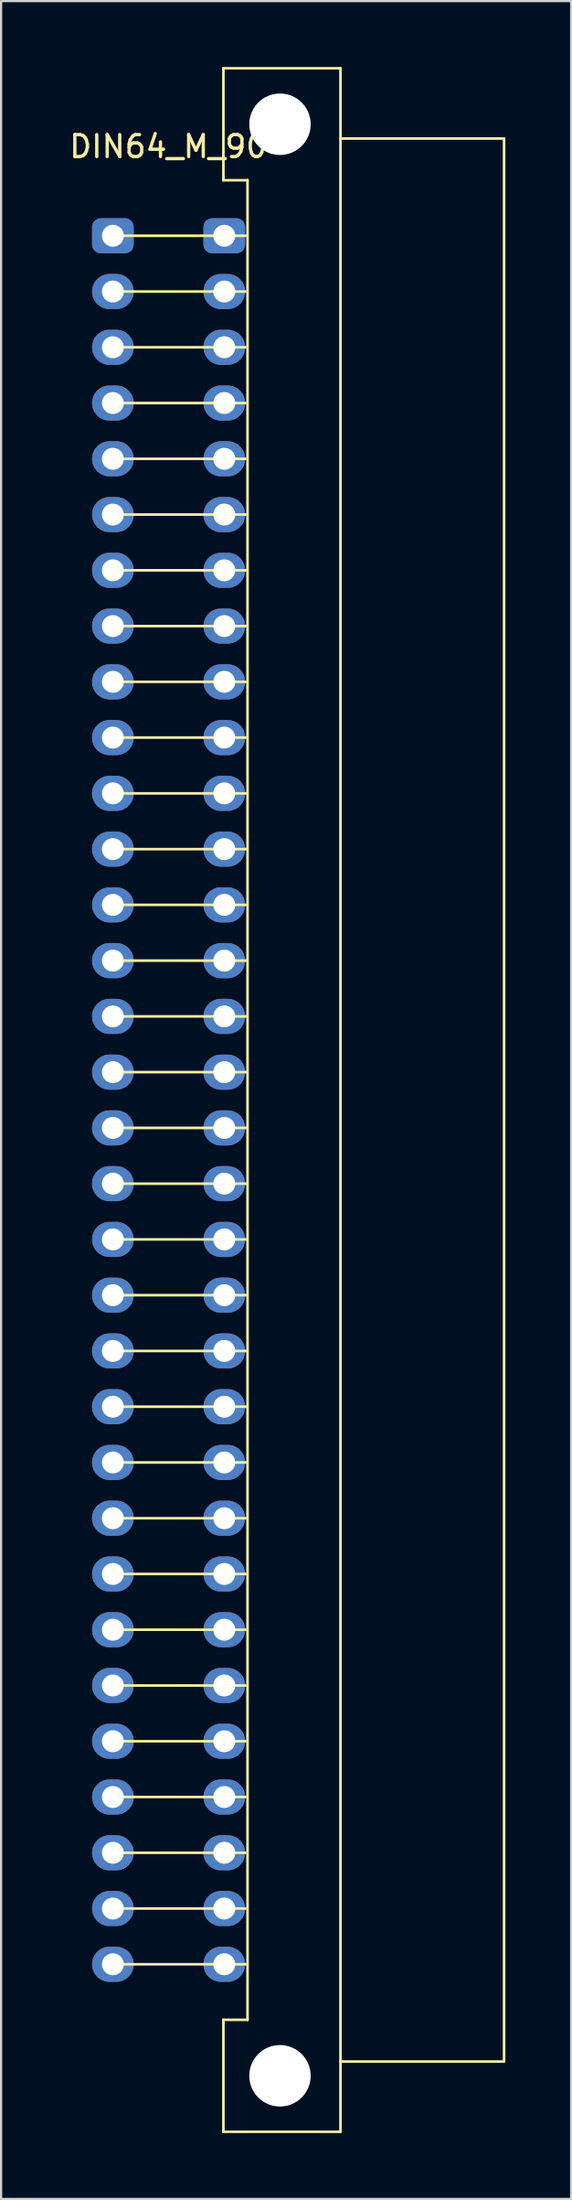
<source format=kicad_pcb>
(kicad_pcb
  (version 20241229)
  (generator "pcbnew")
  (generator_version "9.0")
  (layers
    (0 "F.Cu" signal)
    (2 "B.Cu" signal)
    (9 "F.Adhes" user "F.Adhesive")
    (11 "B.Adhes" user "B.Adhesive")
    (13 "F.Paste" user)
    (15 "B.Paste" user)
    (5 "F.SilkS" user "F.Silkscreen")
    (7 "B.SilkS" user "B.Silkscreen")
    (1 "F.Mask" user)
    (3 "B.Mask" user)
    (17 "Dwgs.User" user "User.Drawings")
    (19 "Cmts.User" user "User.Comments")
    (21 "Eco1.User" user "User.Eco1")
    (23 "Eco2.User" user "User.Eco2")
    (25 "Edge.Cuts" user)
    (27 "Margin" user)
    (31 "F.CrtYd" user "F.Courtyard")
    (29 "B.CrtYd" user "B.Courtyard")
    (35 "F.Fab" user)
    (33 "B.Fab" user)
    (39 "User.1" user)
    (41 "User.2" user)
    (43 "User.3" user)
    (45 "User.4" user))
  (footprint "DIN64_M_90"
    (layer "F.Cu")
    (at 4.638 47.06)
    (property "Reference" "DIN64_M_90" (at -0.013 -43.434 0) (layer "F.SilkS") (effects (font (size 1 1) (thickness 0.15))))
    (attr through_hole)
    (fp_line (start -2.54 -39.37) (end 3.556 -39.37) (stroke (width 0.12) (type solid)) (layer "F.SilkS"))
    (fp_line (start -2.54 -36.83) (end 3.556 -36.83) (stroke (width 0.12) (type solid)) (layer "F.SilkS"))
    (fp_line (start -2.54 -34.29) (end 3.556 -34.29) (stroke (width 0.12) (type solid)) (layer "F.SilkS"))
    (fp_line (start -2.54 -31.75) (end 3.556 -31.75) (stroke (width 0.12) (type solid)) (layer "F.SilkS"))
    (fp_line (start -2.54 -29.21) (end 3.556 -29.21) (stroke (width 0.12) (type solid)) (layer "F.SilkS"))
    (fp_line (start -2.54 -26.67) (end 3.556 -26.67) (stroke (width 0.12) (type solid)) (layer "F.SilkS"))
    (fp_line (start -2.54 -24.13) (end 3.556 -24.13) (stroke (width 0.12) (type solid)) (layer "F.SilkS"))
    (fp_line (start -2.54 -21.59) (end 3.556 -21.59) (stroke (width 0.12) (type solid)) (layer "F.SilkS"))
    (fp_line (start -2.54 -19.05) (end 3.556 -19.05) (stroke (width 0.12) (type solid)) (layer "F.SilkS"))
    (fp_line (start -2.54 -16.51) (end 3.556 -16.51) (stroke (width 0.12) (type solid)) (layer "F.SilkS"))
    (fp_line (start -2.54 -13.97) (end 3.556 -13.97) (stroke (width 0.12) (type solid)) (layer "F.SilkS"))
    (fp_line (start -2.54 -11.43) (end 3.556 -11.43) (stroke (width 0.12) (type solid)) (layer "F.SilkS"))
    (fp_line (start -2.54 -8.89) (end 3.556 -8.89) (stroke (width 0.12) (type solid)) (layer "F.SilkS"))
    (fp_line (start -2.54 -6.35) (end 3.556 -6.35) (stroke (width 0.12) (type solid)) (layer "F.SilkS"))
    (fp_line (start -2.54 -3.81) (end 3.556 -3.81) (stroke (width 0.12) (type solid)) (layer "F.SilkS"))
    (fp_line (start -2.54 -1.27) (end 3.556 -1.27) (stroke (width 0.12) (type solid)) (layer "F.SilkS"))
    (fp_line (start -2.54 1.27) (end 3.556 1.27) (stroke (width 0.12) (type solid)) (layer "F.SilkS"))
    (fp_line (start -2.54 3.81) (end 3.556 3.81) (stroke (width 0.12) (type solid)) (layer "F.SilkS"))
    (fp_line (start -2.54 6.35) (end 3.556 6.35) (stroke (width 0.12) (type solid)) (layer "F.SilkS"))
    (fp_line (start -2.54 8.89) (end 3.556 8.89) (stroke (width 0.12) (type solid)) (layer "F.SilkS"))
    (fp_line (start -2.54 11.43) (end 3.556 11.43) (stroke (width 0.12) (type solid)) (layer "F.SilkS"))
    (fp_line (start -2.54 13.97) (end 3.556 13.97) (stroke (width 0.12) (type solid)) (layer "F.SilkS"))
    (fp_line (start -2.54 16.51) (end 3.556 16.51) (stroke (width 0.12) (type solid)) (layer "F.SilkS"))
    (fp_line (start -2.54 19.05) (end 3.556 19.05) (stroke (width 0.12) (type solid)) (layer "F.SilkS"))
    (fp_line (start -2.54 21.59) (end 3.556 21.59) (stroke (width 0.12) (type solid)) (layer "F.SilkS"))
    (fp_line (start -2.54 24.13) (end 3.556 24.13) (stroke (width 0.12) (type solid)) (layer "F.SilkS"))
    (fp_line (start -2.54 26.67) (end 3.556 26.67) (stroke (width 0.12) (type solid)) (layer "F.SilkS"))
    (fp_line (start -2.54 29.21) (end 3.556 29.21) (stroke (width 0.12) (type solid)) (layer "F.SilkS"))
    (fp_line (start -2.54 31.75) (end 3.556 31.75) (stroke (width 0.12) (type solid)) (layer "F.SilkS"))
    (fp_line (start -2.54 34.29) (end 3.556 34.29) (stroke (width 0.12) (type solid)) (layer "F.SilkS"))
    (fp_line (start -2.54 36.83) (end 3.556 36.83) (stroke (width 0.12) (type solid)) (layer "F.SilkS"))
    (fp_line (start -2.54 39.37) (end 3.556 39.37) (stroke (width 0.12) (type solid)) (layer "F.SilkS"))
    (fp_line (start 2.5 -41.9) (end 2.5 -47) (stroke (width 0.12) (type solid)) (layer "F.SilkS"))
    (fp_line (start 2.5 47) (end 2.5 41.9) (stroke (width 0.12) (type solid)) (layer "F.SilkS"))
    (fp_line (start 3.6 -41.9) (end 2.5 -41.9) (stroke (width 0.12) (type solid)) (layer "F.SilkS"))
    (fp_line (start 3.6 -41.9) (end 3.6 41.9) (stroke (width 0.12) (type solid)) (layer "F.SilkS"))
    (fp_line (start 3.6 41.9) (end 2.5 41.9) (stroke (width 0.12) (type solid)) (layer "F.SilkS"))
    (fp_line (start 7.84 -47) (end 2.5 -47) (stroke (width 0.12) (type solid)) (layer "F.SilkS"))
    (fp_line (start 7.84 -47) (end 7.84 47) (stroke (width 0.12) (type solid)) (layer "F.SilkS"))
    (fp_line (start 7.84 -43.8) (end 15.3 -43.8) (stroke (width 0.12) (type solid)) (layer "F.SilkS"))
    (fp_line (start 7.84 47) (end 2.5 47) (stroke (width 0.12) (type solid)) (layer "F.SilkS"))
    (fp_line (start 15.3 -43.8) (end 15.3 43.8) (stroke (width 0.12) (type solid)) (layer "F.SilkS"))
    (fp_line (start 15.3 43.8) (end 7.84 43.8) (stroke (width 0.12) (type solid)) (layer "F.SilkS"))
    (pad "" np_thru_hole circle (at 5.08 -44.45) (size 2.8 2.8) (drill 2.8) (layers "*.Cu" "*.Mask"))
    (pad "" np_thru_hole circle (at 5.08 44.45) (size 2.8 2.8) (drill 2.8) (layers "*.Cu" "*.Mask"))
    (pad "1A" thru_hole roundrect (at 2.54 -39.37) (size 1.9 1.6) (drill 1) (layers "*.Cu" "*.Mask") (roundrect_rratio 0.25))
    (pad "1C" thru_hole roundrect (at -2.54 -39.37) (size 1.9 1.6) (drill 1) (layers "*.Cu" "*.Mask") (roundrect_rratio 0.25))
    (pad "2A" thru_hole oval (at 2.54 -36.83) (size 1.9 1.6) (drill 1) (layers "*.Cu" "*.Mask"))
    (pad "2C" thru_hole oval (at -2.54 -36.83) (size 1.9 1.6) (drill 1) (layers "*.Cu" "*.Mask"))
    (pad "3A" thru_hole oval (at 2.54 -34.29) (size 1.9 1.6) (drill 1) (layers "*.Cu" "*.Mask"))
    (pad "3C" thru_hole oval (at -2.54 -34.29) (size 1.9 1.6) (drill 1) (layers "*.Cu" "*.Mask"))
    (pad "4A" thru_hole oval (at 2.54 -31.75) (size 1.9 1.6) (drill 1) (layers "*.Cu" "*.Mask"))
    (pad "4C" thru_hole oval (at -2.54 -31.75) (size 1.9 1.6) (drill 1) (layers "*.Cu" "*.Mask"))
    (pad "5A" thru_hole oval (at 2.54 -29.21) (size 1.9 1.6) (drill 1) (layers "*.Cu" "*.Mask"))
    (pad "5C" thru_hole oval (at -2.54 -29.21) (size 1.9 1.6) (drill 1) (layers "*.Cu" "*.Mask"))
    (pad "6A" thru_hole oval (at 2.54 -26.67) (size 1.9 1.6) (drill 1) (layers "*.Cu" "*.Mask"))
    (pad "6C" thru_hole oval (at -2.54 -26.67) (size 1.9 1.6) (drill 1) (layers "*.Cu" "*.Mask"))
    (pad "7A" thru_hole oval (at 2.54 -24.13) (size 1.9 1.6) (drill 1) (layers "*.Cu" "*.Mask"))
    (pad "7C" thru_hole oval (at -2.54 -24.13) (size 1.9 1.6) (drill 1) (layers "*.Cu" "*.Mask"))
    (pad "8A" thru_hole oval (at 2.54 -21.59) (size 1.9 1.6) (drill 1) (layers "*.Cu" "*.Mask"))
    (pad "8C" thru_hole oval (at -2.54 -21.59) (size 1.9 1.6) (drill 1) (layers "*.Cu" "*.Mask"))
    (pad "9A" thru_hole oval (at 2.54 -19.05) (size 1.9 1.6) (drill 1) (layers "*.Cu" "*.Mask"))
    (pad "9C" thru_hole oval (at -2.54 -19.05) (size 1.9 1.6) (drill 1) (layers "*.Cu" "*.Mask"))
    (pad "10A" thru_hole oval (at 2.54 -16.51) (size 1.9 1.6) (drill 1) (layers "*.Cu" "*.Mask"))
    (pad "10C" thru_hole oval (at -2.54 -16.51) (size 1.9 1.6) (drill 1) (layers "*.Cu" "*.Mask"))
    (pad "11A" thru_hole oval (at 2.54 -13.97) (size 1.9 1.6) (drill 1) (layers "*.Cu" "*.Mask"))
    (pad "11C" thru_hole oval (at -2.54 -13.97) (size 1.9 1.6) (drill 1) (layers "*.Cu" "*.Mask"))
    (pad "12A" thru_hole oval (at 2.54 -11.43) (size 1.9 1.6) (drill 1) (layers "*.Cu" "*.Mask"))
    (pad "12C" thru_hole oval (at -2.54 -11.43) (size 1.9 1.6) (drill 1) (layers "*.Cu" "*.Mask"))
    (pad "13A" thru_hole oval (at 2.54 -8.89) (size 1.9 1.6) (drill 1) (layers "*.Cu" "*.Mask"))
    (pad "13C" thru_hole oval (at -2.54 -8.89) (size 1.9 1.6) (drill 1) (layers "*.Cu" "*.Mask"))
    (pad "14A" thru_hole oval (at 2.54 -6.35) (size 1.9 1.6) (drill 1) (layers "*.Cu" "*.Mask"))
    (pad "14C" thru_hole oval (at -2.54 -6.35) (size 1.9 1.6) (drill 1) (layers "*.Cu" "*.Mask"))
    (pad "15A" thru_hole oval (at 2.54 -3.81) (size 1.9 1.6) (drill 1) (layers "*.Cu" "*.Mask"))
    (pad "15C" thru_hole oval (at -2.54 -3.81) (size 1.9 1.6) (drill 1) (layers "*.Cu" "*.Mask"))
    (pad "16A" thru_hole oval (at 2.54 -1.27) (size 1.9 1.6) (drill 1) (layers "*.Cu" "*.Mask"))
    (pad "16C" thru_hole oval (at -2.54 -1.27) (size 1.9 1.6) (drill 1) (layers "*.Cu" "*.Mask"))
    (pad "17A" thru_hole oval (at 2.54 1.27) (size 1.9 1.6) (drill 1) (layers "*.Cu" "*.Mask"))
    (pad "17C" thru_hole oval (at -2.54 1.27) (size 1.9 1.6) (drill 1) (layers "*.Cu" "*.Mask"))
    (pad "18A" thru_hole oval (at 2.54 3.81) (size 1.9 1.6) (drill 1) (layers "*.Cu" "*.Mask"))
    (pad "18C" thru_hole oval (at -2.54 3.81) (size 1.9 1.6) (drill 1) (layers "*.Cu" "*.Mask"))
    (pad "19A" thru_hole oval (at 2.54 6.35) (size 1.9 1.6) (drill 1) (layers "*.Cu" "*.Mask"))
    (pad "19C" thru_hole oval (at -2.54 6.35) (size 1.9 1.6) (drill 1) (layers "*.Cu" "*.Mask"))
    (pad "20A" thru_hole oval (at 2.54 8.89) (size 1.9 1.6) (drill 1) (layers "*.Cu" "*.Mask"))
    (pad "20C" thru_hole oval (at -2.54 8.89) (size 1.9 1.6) (drill 1) (layers "*.Cu" "*.Mask"))
    (pad "21A" thru_hole oval (at 2.54 11.43) (size 1.9 1.6) (drill 1) (layers "*.Cu" "*.Mask"))
    (pad "21C" thru_hole oval (at -2.54 11.43) (size 1.9 1.6) (drill 1) (layers "*.Cu" "*.Mask"))
    (pad "22A" thru_hole oval (at 2.54 13.97) (size 1.9 1.6) (drill 1) (layers "*.Cu" "*.Mask"))
    (pad "22C" thru_hole oval (at -2.54 13.97) (size 1.9 1.6) (drill 1) (layers "*.Cu" "*.Mask"))
    (pad "23A" thru_hole oval (at 2.54 16.51) (size 1.9 1.6) (drill 1) (layers "*.Cu" "*.Mask"))
    (pad "23C" thru_hole oval (at -2.54 16.51) (size 1.9 1.6) (drill 1) (layers "*.Cu" "*.Mask"))
    (pad "24A" thru_hole oval (at 2.54 19.05) (size 1.9 1.6) (drill 1) (layers "*.Cu" "*.Mask"))
    (pad "24C" thru_hole oval (at -2.54 19.05) (size 1.9 1.6) (drill 1) (layers "*.Cu" "*.Mask"))
    (pad "25A" thru_hole oval (at 2.54 21.59) (size 1.9 1.6) (drill 1) (layers "*.Cu" "*.Mask"))
    (pad "25C" thru_hole oval (at -2.54 21.59) (size 1.9 1.6) (drill 1) (layers "*.Cu" "*.Mask"))
    (pad "26A" thru_hole oval (at 2.54 24.13) (size 1.9 1.6) (drill 1) (layers "*.Cu" "*.Mask"))
    (pad "26C" thru_hole oval (at -2.54 24.13) (size 1.9 1.6) (drill 1) (layers "*.Cu" "*.Mask"))
    (pad "27A" thru_hole oval (at 2.54 26.67) (size 1.9 1.6) (drill 1) (layers "*.Cu" "*.Mask"))
    (pad "27C" thru_hole oval (at -2.54 26.67) (size 1.9 1.6) (drill 1) (layers "*.Cu" "*.Mask"))
    (pad "28A" thru_hole oval (at 2.54 29.21) (size 1.9 1.6) (drill 1) (layers "*.Cu" "*.Mask"))
    (pad "28C" thru_hole oval (at -2.54 29.21) (size 1.9 1.6) (drill 1) (layers "*.Cu" "*.Mask"))
    (pad "29A" thru_hole oval (at 2.54 31.75) (size 1.9 1.6) (drill 1) (layers "*.Cu" "*.Mask"))
    (pad "29C" thru_hole oval (at -2.54 31.75) (size 1.9 1.6) (drill 1) (layers "*.Cu" "*.Mask"))
    (pad "30A" thru_hole oval (at 2.54 34.29) (size 1.9 1.6) (drill 1) (layers "*.Cu" "*.Mask"))
    (pad "30C" thru_hole oval (at -2.54 34.29) (size 1.9 1.6) (drill 1) (layers "*.Cu" "*.Mask"))
    (pad "31A" thru_hole oval (at 2.54 36.83) (size 1.9 1.6) (drill 1) (layers "*.Cu" "*.Mask"))
    (pad "31C" thru_hole oval (at -2.54 36.83) (size 1.9 1.6) (drill 1) (layers "*.Cu" "*.Mask"))
    (pad "32A" thru_hole oval (at 2.54 39.37) (size 1.9 1.6) (drill 1) (layers "*.Cu" "*.Mask"))
    (pad "32C" thru_hole oval (at -2.54 39.37) (size 1.9 1.6) (drill 1) (layers "*.Cu" "*.Mask")))
  (gr_rect
    (start -3 -3)
    (end 22.998 97.12)
    (stroke (width 0.1) (type default))
    (fill no)
    (layer "Edge.Cuts")))
</source>
